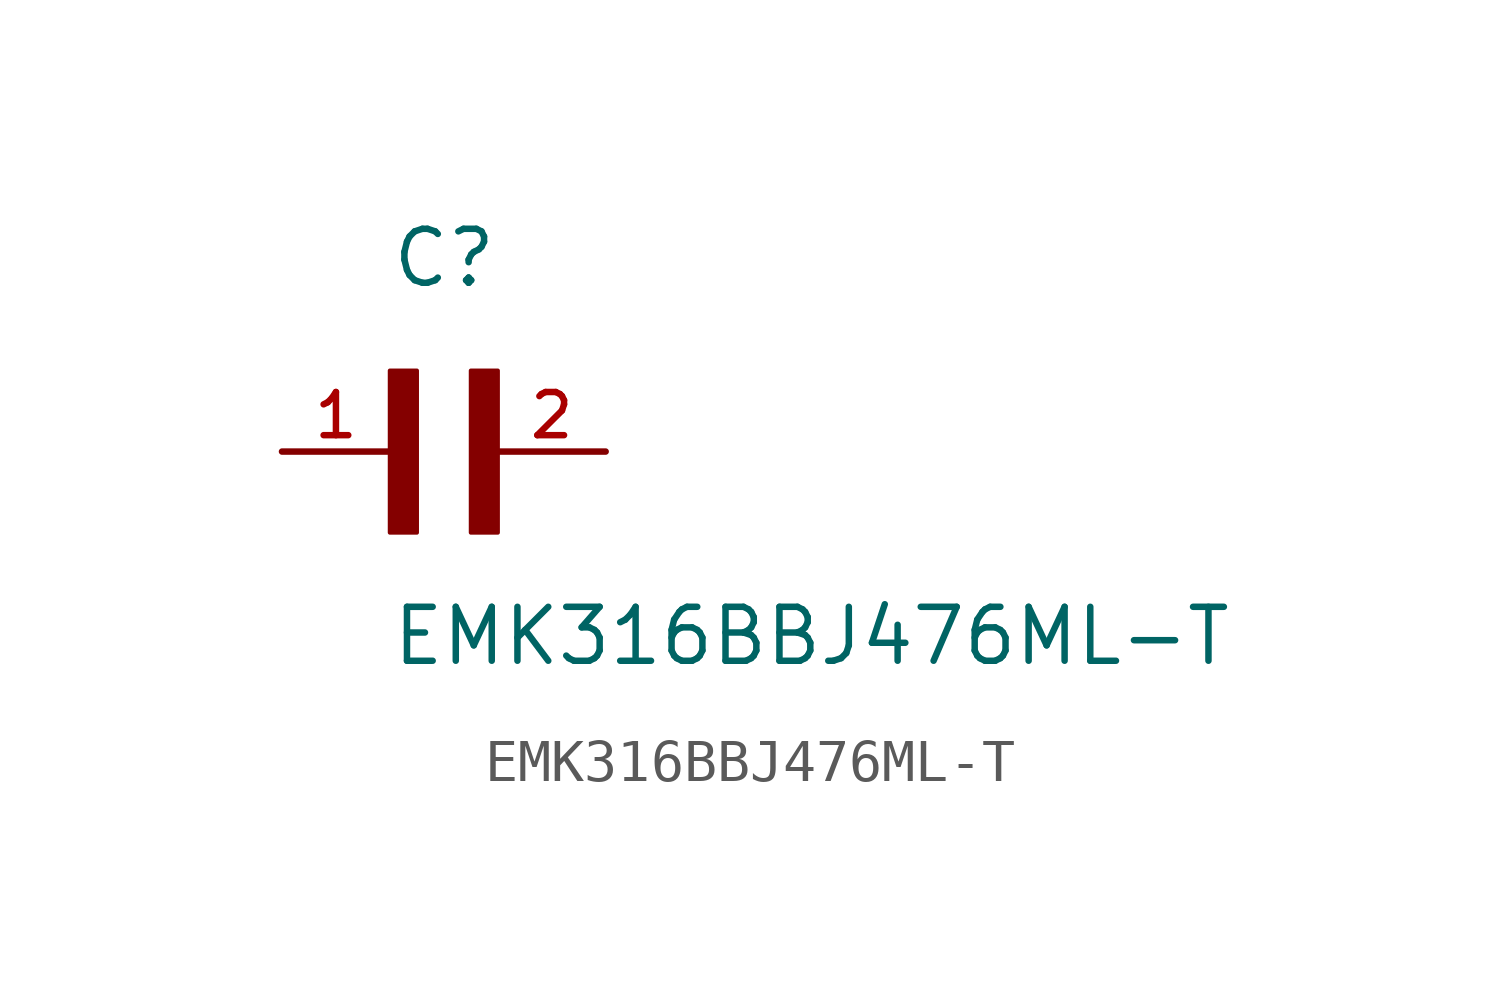
<source format=kicad_sym>
(kicad_symbol_lib
  (version 20211014)
  (generator kicad_symbol_editor)
  (symbol "EMK316BBJ476ML-T"
    (pin_names
      (offset 1.016))
    (property "Reference" "C"
      (at 0.0 3.811 0)
      (effects (font (size 1.27 1.27)) (justify bottom left)))
    (property "Value" "EMK316BBJ476ML-T"
      (at 0.0 -5.088 0)
      (effects (font (size 1.27 1.27)) (justify bottom left)))
    (symbol "EMK316BBJ476ML-T_0_0"
      (rectangle (start 0.0 -1.907) (end 0.635 1.905) (stroke (width 0.1)) (fill (type outline)))
      (rectangle (start 1.907 -1.907) (end 2.54 1.905) (stroke (width 0.1)) (fill (type outline)))
      (pin passive line (at 5.08 0.0 180.0) (length 2.54) (name "~" (effects (font (size 1.016 1.016)))) (number "2" (effects (font (size 1.016 1.016)))))
      (pin passive line (at -2.54 0.0 0) (length 2.54) (name "~" (effects (font (size 1.016 1.016)))) (number "1" (effects (font (size 1.016 1.016))))))))
</source>
